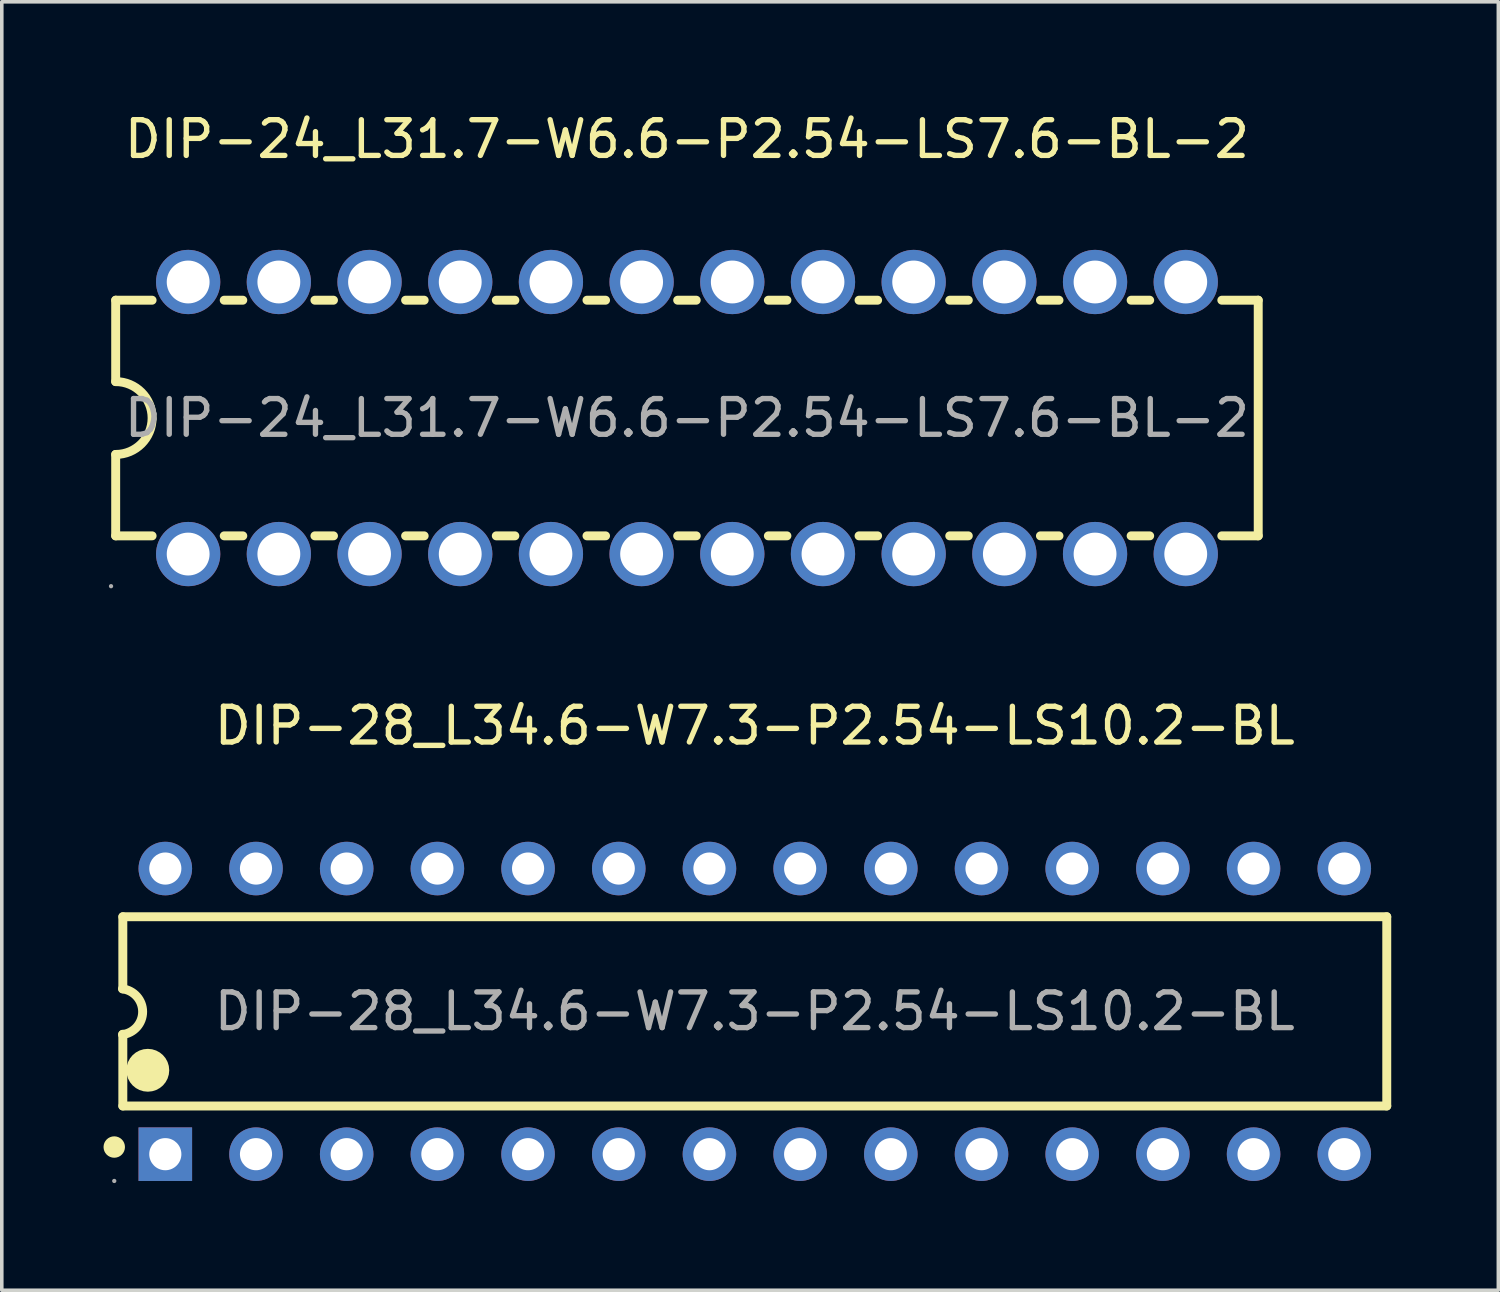
<source format=kicad_pcb>
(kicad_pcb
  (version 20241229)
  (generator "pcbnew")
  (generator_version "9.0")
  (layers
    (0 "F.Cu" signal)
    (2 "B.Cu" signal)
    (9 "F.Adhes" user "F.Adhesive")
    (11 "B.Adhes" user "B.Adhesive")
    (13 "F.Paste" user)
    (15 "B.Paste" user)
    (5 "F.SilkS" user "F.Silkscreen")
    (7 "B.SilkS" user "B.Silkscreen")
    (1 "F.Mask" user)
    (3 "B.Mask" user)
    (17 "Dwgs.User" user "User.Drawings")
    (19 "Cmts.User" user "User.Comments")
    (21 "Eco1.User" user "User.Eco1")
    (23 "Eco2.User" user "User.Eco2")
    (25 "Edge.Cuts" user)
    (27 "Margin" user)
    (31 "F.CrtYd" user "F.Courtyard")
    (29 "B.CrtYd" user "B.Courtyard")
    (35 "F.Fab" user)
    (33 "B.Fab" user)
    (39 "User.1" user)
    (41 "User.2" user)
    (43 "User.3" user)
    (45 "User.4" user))
  (footprint "DIP-28_L34.6-W7.3-P2.54-LS10.2-BL"
    (layer "F.Cu")
    (at 18.09 25.276)
    (property "Reference" "DIP-28_L34.6-W7.3-P2.54-LS10.2-BL" (at 0 -8 0) (layer "F.SilkS") (effects (font (size 1 1) (thickness 0.15))))
    (attr through_hole)
    (fp_line (start -17.7 -2.65) (end 17.7 -2.65) (stroke (width 0.25) (type solid)) (layer "F.SilkS"))
    (fp_line (start -17.7 -0.63) (end -17.7 -2.65) (stroke (width 0.25) (type solid)) (layer "F.SilkS"))
    (fp_line (start -17.7 2.65) (end -17.7 0.64) (stroke (width 0.25) (type solid)) (layer "F.SilkS"))
    (fp_line (start 17.7 -2.65) (end 17.7 2.65) (stroke (width 0.25) (type solid)) (layer "F.SilkS"))
    (fp_line (start 17.7 2.65) (end -17.7 2.65) (stroke (width 0.25) (type solid)) (layer "F.SilkS"))
    (fp_arc (start -17.94 3.8) (mid -17.94 3.8) (end -17.94 3.8) (stroke (width 0.3) (type solid)) (layer "F.SilkS"))
    (fp_arc (start -17.71 -0.63) (mid -17.14502 0.00955) (end -17.709107 0.649888) (stroke (width 0.25) (type solid)) (layer "F.SilkS"))
    (fp_arc (start -17 1.65) (mid -17 1.65) (end -17 1.65) (stroke (width 0.6) (type solid)) (layer "F.SilkS"))
    (fp_circle (center -17.94 4.75) (end -17.91 4.75) (stroke (width 0.06) (type solid)) (fill no) (layer "F.Fab"))
    (fp_circle (center -16.51 -4) (end -16.33 -4) (stroke (width 0.35) (type solid)) (fill no) (layer "F.Fab"))
    (fp_circle (center -16.51 4) (end -16.33 4) (stroke (width 0.35) (type solid)) (fill no) (layer "F.Fab"))
    (fp_circle (center -13.97 -4) (end -13.79 -4) (stroke (width 0.35) (type solid)) (fill no) (layer "F.Fab"))
    (fp_circle (center -13.97 4) (end -13.79 4) (stroke (width 0.35) (type solid)) (fill no) (layer "F.Fab"))
    (fp_circle (center -11.43 -4) (end -11.25 -4) (stroke (width 0.35) (type solid)) (fill no) (layer "F.Fab"))
    (fp_circle (center -11.43 4) (end -11.25 4) (stroke (width 0.35) (type solid)) (fill no) (layer "F.Fab"))
    (fp_circle (center -8.89 -4) (end -8.71 -4) (stroke (width 0.35) (type solid)) (fill no) (layer "F.Fab"))
    (fp_circle (center -8.89 4) (end -8.71 4) (stroke (width 0.35) (type solid)) (fill no) (layer "F.Fab"))
    (fp_circle (center -6.35 -4) (end -6.17 -4) (stroke (width 0.35) (type solid)) (fill no) (layer "F.Fab"))
    (fp_circle (center -6.35 4) (end -6.17 4) (stroke (width 0.35) (type solid)) (fill no) (layer "F.Fab"))
    (fp_circle (center -3.81 -4) (end -3.63 -4) (stroke (width 0.35) (type solid)) (fill no) (layer "F.Fab"))
    (fp_circle (center -3.81 4) (end -3.63 4) (stroke (width 0.35) (type solid)) (fill no) (layer "F.Fab"))
    (fp_circle (center -1.27 -4) (end -1.09 -4) (stroke (width 0.35) (type solid)) (fill no) (layer "F.Fab"))
    (fp_circle (center -1.27 4) (end -1.09 4) (stroke (width 0.35) (type solid)) (fill no) (layer "F.Fab"))
    (fp_circle (center 1.27 -4) (end 1.45 -4) (stroke (width 0.35) (type solid)) (fill no) (layer "F.Fab"))
    (fp_circle (center 1.27 4) (end 1.45 4) (stroke (width 0.35) (type solid)) (fill no) (layer "F.Fab"))
    (fp_circle (center 3.81 -4) (end 3.99 -4) (stroke (width 0.35) (type solid)) (fill no) (layer "F.Fab"))
    (fp_circle (center 3.81 4) (end 3.99 4) (stroke (width 0.35) (type solid)) (fill no) (layer "F.Fab"))
    (fp_circle (center 6.35 -4) (end 6.53 -4) (stroke (width 0.35) (type solid)) (fill no) (layer "F.Fab"))
    (fp_circle (center 6.35 4) (end 6.53 4) (stroke (width 0.35) (type solid)) (fill no) (layer "F.Fab"))
    (fp_circle (center 8.89 -4) (end 9.07 -4) (stroke (width 0.35) (type solid)) (fill no) (layer "F.Fab"))
    (fp_circle (center 8.89 4) (end 9.07 4) (stroke (width 0.35) (type solid)) (fill no) (layer "F.Fab"))
    (fp_circle (center 11.43 -4) (end 11.61 -4) (stroke (width 0.35) (type solid)) (fill no) (layer "F.Fab"))
    (fp_circle (center 11.43 4) (end 11.61 4) (stroke (width 0.35) (type solid)) (fill no) (layer "F.Fab"))
    (fp_circle (center 13.97 -4) (end 14.15 -4) (stroke (width 0.35) (type solid)) (fill no) (layer "F.Fab"))
    (fp_circle (center 13.97 4) (end 14.15 4) (stroke (width 0.35) (type solid)) (fill no) (layer "F.Fab"))
    (fp_circle (center 16.51 -4) (end 16.69 -4) (stroke (width 0.35) (type solid)) (fill no) (layer "F.Fab"))
    (fp_circle (center 16.51 4) (end 16.69 4) (stroke (width 0.35) (type solid)) (fill no) (layer "F.Fab"))
    (fp_text user "${REFERENCE}" (at 0 0 0) (layer "F.Fab") (effects (font (size 1 1) (thickness 0.15))))
    (pad "1" thru_hole rect (at -16.51 4 90) (size 1.5 1.5) (drill 0.9) (layers "*.Cu" "*.Paste" "*.Mask"))
    (pad "2" thru_hole circle (at -13.97 4 90) (size 1.5 1.5) (drill 0.9) (layers "*.Cu" "*.Paste" "*.Mask"))
    (pad "3" thru_hole circle (at -11.43 4 90) (size 1.5 1.5) (drill 0.9) (layers "*.Cu" "*.Paste" "*.Mask"))
    (pad "4" thru_hole circle (at -8.89 4 90) (size 1.5 1.5) (drill 0.9) (layers "*.Cu" "*.Paste" "*.Mask"))
    (pad "5" thru_hole circle (at -6.35 4 90) (size 1.5 1.5) (drill 0.9) (layers "*.Cu" "*.Paste" "*.Mask"))
    (pad "6" thru_hole circle (at -3.81 4 90) (size 1.5 1.5) (drill 0.9) (layers "*.Cu" "*.Paste" "*.Mask"))
    (pad "7" thru_hole circle (at -1.27 4 90) (size 1.5 1.5) (drill 0.9) (layers "*.Cu" "*.Paste" "*.Mask"))
    (pad "8" thru_hole circle (at 1.27 4 90) (size 1.5 1.5) (drill 0.9) (layers "*.Cu" "*.Paste" "*.Mask"))
    (pad "9" thru_hole circle (at 3.81 4 90) (size 1.5 1.5) (drill 0.9) (layers "*.Cu" "*.Paste" "*.Mask"))
    (pad "10" thru_hole circle (at 6.35 4 90) (size 1.5 1.5) (drill 0.9) (layers "*.Cu" "*.Paste" "*.Mask"))
    (pad "11" thru_hole circle (at 8.89 4 90) (size 1.5 1.5) (drill 0.9) (layers "*.Cu" "*.Paste" "*.Mask"))
    (pad "12" thru_hole circle (at 11.43 4 90) (size 1.5 1.5) (drill 0.9) (layers "*.Cu" "*.Paste" "*.Mask"))
    (pad "13" thru_hole circle (at 13.97 4 90) (size 1.5 1.5) (drill 0.9) (layers "*.Cu" "*.Paste" "*.Mask"))
    (pad "14" thru_hole circle (at 16.51 4 90) (size 1.5 1.5) (drill 0.9) (layers "*.Cu" "*.Paste" "*.Mask"))
    (pad "15" thru_hole circle (at 16.51 -4 90) (size 1.5 1.5) (drill 0.9) (layers "*.Cu" "*.Paste" "*.Mask"))
    (pad "16" thru_hole circle (at 13.97 -4 90) (size 1.5 1.5) (drill 0.9) (layers "*.Cu" "*.Paste" "*.Mask"))
    (pad "17" thru_hole circle (at 11.43 -4 90) (size 1.5 1.5) (drill 0.9) (layers "*.Cu" "*.Paste" "*.Mask"))
    (pad "18" thru_hole circle (at 8.89 -4 90) (size 1.5 1.5) (drill 0.9) (layers "*.Cu" "*.Paste" "*.Mask"))
    (pad "19" thru_hole circle (at 6.35 -4 90) (size 1.5 1.5) (drill 0.9) (layers "*.Cu" "*.Paste" "*.Mask"))
    (pad "20" thru_hole circle (at 3.81 -4 90) (size 1.5 1.5) (drill 0.9) (layers "*.Cu" "*.Paste" "*.Mask"))
    (pad "21" thru_hole circle (at 1.27 -4 90) (size 1.5 1.5) (drill 0.9) (layers "*.Cu" "*.Paste" "*.Mask"))
    (pad "22" thru_hole circle (at -1.27 -4 90) (size 1.5 1.5) (drill 0.9) (layers "*.Cu" "*.Paste" "*.Mask"))
    (pad "23" thru_hole circle (at -3.81 -4 90) (size 1.5 1.5) (drill 0.9) (layers "*.Cu" "*.Paste" "*.Mask"))
    (pad "24" thru_hole circle (at -6.35 -4 90) (size 1.5 1.5) (drill 0.9) (layers "*.Cu" "*.Paste" "*.Mask"))
    (pad "25" thru_hole circle (at -8.89 -4 90) (size 1.5 1.5) (drill 0.9) (layers "*.Cu" "*.Paste" "*.Mask"))
    (pad "26" thru_hole circle (at -11.43 -4 90) (size 1.5 1.5) (drill 0.9) (layers "*.Cu" "*.Paste" "*.Mask"))
    (pad "27" thru_hole circle (at -13.97 -4 90) (size 1.5 1.5) (drill 0.9) (layers "*.Cu" "*.Paste" "*.Mask"))
    (pad "28" thru_hole circle (at -16.51 -4 90) (size 1.5 1.5) (drill 0.9) (layers "*.Cu" "*.Paste" "*.Mask")))
  (footprint "DIP-24_L31.7-W6.6-P2.54-LS7.6-BL-2"
    (layer "F.Cu")
    (at 16.19 8.658)
    (property "Reference" "DIP-24_L31.7-W6.6-P2.54-LS7.6-BL-2" (at 0 -7.81 0) (layer "F.SilkS") (effects (font (size 1 1) (thickness 0.15))))
    (attr through_hole)
    (fp_line (start -16 -3.3) (end -16 -1.02) (stroke (width 0.25) (type solid)) (layer "F.SilkS"))
    (fp_line (start -16 -3.3) (end -14.98 -3.3) (stroke (width 0.25) (type solid)) (layer "F.SilkS"))
    (fp_line (start -16 3.3) (end -16 1.02) (stroke (width 0.25) (type solid)) (layer "F.SilkS"))
    (fp_line (start -14.98 3.3) (end -16 3.3) (stroke (width 0.25) (type solid)) (layer "F.SilkS"))
    (fp_line (start -12.96 -3.3) (end -12.44 -3.3) (stroke (width 0.25) (type solid)) (layer "F.SilkS"))
    (fp_line (start -12.44 3.3) (end -12.96 3.3) (stroke (width 0.25) (type solid)) (layer "F.SilkS"))
    (fp_line (start -10.42 -3.3) (end -9.9 -3.3) (stroke (width 0.25) (type solid)) (layer "F.SilkS"))
    (fp_line (start -9.9 3.3) (end -10.42 3.3) (stroke (width 0.25) (type solid)) (layer "F.SilkS"))
    (fp_line (start -7.88 -3.3) (end -7.36 -3.3) (stroke (width 0.25) (type solid)) (layer "F.SilkS"))
    (fp_line (start -7.36 3.3) (end -7.88 3.3) (stroke (width 0.25) (type solid)) (layer "F.SilkS"))
    (fp_line (start -5.34 -3.3) (end -4.82 -3.3) (stroke (width 0.25) (type solid)) (layer "F.SilkS"))
    (fp_line (start -4.82 3.3) (end -5.34 3.3) (stroke (width 0.25) (type solid)) (layer "F.SilkS"))
    (fp_line (start -2.8 -3.3) (end -2.28 -3.3) (stroke (width 0.25) (type solid)) (layer "F.SilkS"))
    (fp_line (start -2.28 3.3) (end -2.8 3.3) (stroke (width 0.25) (type solid)) (layer "F.SilkS"))
    (fp_line (start -0.26 -3.3) (end 0.26 -3.3) (stroke (width 0.25) (type solid)) (layer "F.SilkS"))
    (fp_line (start 0.26 3.3) (end -0.26 3.3) (stroke (width 0.25) (type solid)) (layer "F.SilkS"))
    (fp_line (start 2.28 -3.3) (end 2.8 -3.3) (stroke (width 0.25) (type solid)) (layer "F.SilkS"))
    (fp_line (start 2.8 3.3) (end 2.28 3.3) (stroke (width 0.25) (type solid)) (layer "F.SilkS"))
    (fp_line (start 4.82 -3.3) (end 5.34 -3.3) (stroke (width 0.25) (type solid)) (layer "F.SilkS"))
    (fp_line (start 5.34 3.3) (end 4.82 3.3) (stroke (width 0.25) (type solid)) (layer "F.SilkS"))
    (fp_line (start 7.36 -3.3) (end 7.88 -3.3) (stroke (width 0.25) (type solid)) (layer "F.SilkS"))
    (fp_line (start 7.88 3.3) (end 7.36 3.3) (stroke (width 0.25) (type solid)) (layer "F.SilkS"))
    (fp_line (start 9.9 -3.3) (end 10.42 -3.3) (stroke (width 0.25) (type solid)) (layer "F.SilkS"))
    (fp_line (start 10.42 3.3) (end 9.9 3.3) (stroke (width 0.25) (type solid)) (layer "F.SilkS"))
    (fp_line (start 12.44 -3.3) (end 12.96 -3.3) (stroke (width 0.25) (type solid)) (layer "F.SilkS"))
    (fp_line (start 12.96 3.3) (end 12.44 3.3) (stroke (width 0.25) (type solid)) (layer "F.SilkS"))
    (fp_line (start 14.98 -3.3) (end 16 -3.3) (stroke (width 0.25) (type solid)) (layer "F.SilkS"))
    (fp_line (start 16 -3.3) (end 16 3.3) (stroke (width 0.25) (type solid)) (layer "F.SilkS"))
    (fp_line (start 16 3.3) (end 14.98 3.3) (stroke (width 0.25) (type solid)) (layer "F.SilkS"))
    (fp_arc (start -16 -1.02) (mid -14.98 0) (end -16 1.02) (stroke (width 0.25) (type solid)) (layer "F.SilkS"))
    (fp_circle (center -16.13 4.71) (end -16.1 4.71) (stroke (width 0.06) (type solid)) (fill no) (layer "F.Fab"))
    (fp_circle (center -13.97 -3.81) (end -13.72 -3.81) (stroke (width 0.5) (type solid)) (fill no) (layer "F.Fab"))
    (fp_circle (center -13.97 3.81) (end -13.72 3.81) (stroke (width 0.5) (type solid)) (fill no) (layer "F.Fab"))
    (fp_circle (center -11.43 -3.81) (end -11.18 -3.81) (stroke (width 0.5) (type solid)) (fill no) (layer "F.Fab"))
    (fp_circle (center -11.43 3.81) (end -11.18 3.81) (stroke (width 0.5) (type solid)) (fill no) (layer "F.Fab"))
    (fp_circle (center -8.89 -3.81) (end -8.64 -3.81) (stroke (width 0.5) (type solid)) (fill no) (layer "F.Fab"))
    (fp_circle (center -8.89 3.81) (end -8.64 3.81) (stroke (width 0.5) (type solid)) (fill no) (layer "F.Fab"))
    (fp_circle (center -6.35 -3.81) (end -6.1 -3.81) (stroke (width 0.5) (type solid)) (fill no) (layer "F.Fab"))
    (fp_circle (center -6.35 3.81) (end -6.1 3.81) (stroke (width 0.5) (type solid)) (fill no) (layer "F.Fab"))
    (fp_circle (center -3.81 -3.81) (end -3.56 -3.81) (stroke (width 0.5) (type solid)) (fill no) (layer "F.Fab"))
    (fp_circle (center -3.81 3.81) (end -3.56 3.81) (stroke (width 0.5) (type solid)) (fill no) (layer "F.Fab"))
    (fp_circle (center -1.27 -3.81) (end -1.02 -3.81) (stroke (width 0.5) (type solid)) (fill no) (layer "F.Fab"))
    (fp_circle (center -1.27 3.81) (end -1.02 3.81) (stroke (width 0.5) (type solid)) (fill no) (layer "F.Fab"))
    (fp_circle (center 1.27 -3.81) (end 1.52 -3.81) (stroke (width 0.5) (type solid)) (fill no) (layer "F.Fab"))
    (fp_circle (center 1.27 3.81) (end 1.52 3.81) (stroke (width 0.5) (type solid)) (fill no) (layer "F.Fab"))
    (fp_circle (center 3.81 -3.81) (end 4.06 -3.81) (stroke (width 0.5) (type solid)) (fill no) (layer "F.Fab"))
    (fp_circle (center 3.81 3.81) (end 4.06 3.81) (stroke (width 0.5) (type solid)) (fill no) (layer "F.Fab"))
    (fp_circle (center 6.35 -3.81) (end 6.6 -3.81) (stroke (width 0.5) (type solid)) (fill no) (layer "F.Fab"))
    (fp_circle (center 6.35 3.81) (end 6.6 3.81) (stroke (width 0.5) (type solid)) (fill no) (layer "F.Fab"))
    (fp_circle (center 8.89 -3.81) (end 9.14 -3.81) (stroke (width 0.5) (type solid)) (fill no) (layer "F.Fab"))
    (fp_circle (center 8.89 3.81) (end 9.14 3.81) (stroke (width 0.5) (type solid)) (fill no) (layer "F.Fab"))
    (fp_circle (center 11.43 -3.81) (end 11.68 -3.81) (stroke (width 0.5) (type solid)) (fill no) (layer "F.Fab"))
    (fp_circle (center 11.43 3.81) (end 11.68 3.81) (stroke (width 0.5) (type solid)) (fill no) (layer "F.Fab"))
    (fp_circle (center 13.97 -3.81) (end 14.22 -3.81) (stroke (width 0.5) (type solid)) (fill no) (layer "F.Fab"))
    (fp_circle (center 13.97 3.81) (end 14.22 3.81) (stroke (width 0.5) (type solid)) (fill no) (layer "F.Fab"))
    (fp_text user "${REFERENCE}" (at 0 0 0) (layer "F.Fab") (effects (font (size 1 1) (thickness 0.15))))
    (pad "1" thru_hole circle (at -13.97 3.81 90) (size 1.8 1.8) (drill 1.2) (layers "*.Cu" "*.Paste" "*.Mask"))
    (pad "2" thru_hole circle (at -11.43 3.81 90) (size 1.8 1.8) (drill 1.2) (layers "*.Cu" "*.Paste" "*.Mask"))
    (pad "3" thru_hole circle (at -8.89 3.81 90) (size 1.8 1.8) (drill 1.2) (layers "*.Cu" "*.Paste" "*.Mask"))
    (pad "4" thru_hole circle (at -6.35 3.81 90) (size 1.8 1.8) (drill 1.2) (layers "*.Cu" "*.Paste" "*.Mask"))
    (pad "5" thru_hole circle (at -3.81 3.81 90) (size 1.8 1.8) (drill 1.2) (layers "*.Cu" "*.Paste" "*.Mask"))
    (pad "6" thru_hole circle (at -1.27 3.81 90) (size 1.8 1.8) (drill 1.2) (layers "*.Cu" "*.Paste" "*.Mask"))
    (pad "7" thru_hole circle (at 1.27 3.81 90) (size 1.8 1.8) (drill 1.2) (layers "*.Cu" "*.Paste" "*.Mask"))
    (pad "8" thru_hole circle (at 3.81 3.81 90) (size 1.8 1.8) (drill 1.2) (layers "*.Cu" "*.Paste" "*.Mask"))
    (pad "9" thru_hole circle (at 6.35 3.81 90) (size 1.8 1.8) (drill 1.2) (layers "*.Cu" "*.Paste" "*.Mask"))
    (pad "10" thru_hole circle (at 8.89 3.81 90) (size 1.8 1.8) (drill 1.2) (layers "*.Cu" "*.Paste" "*.Mask"))
    (pad "11" thru_hole circle (at 11.43 3.81 90) (size 1.8 1.8) (drill 1.2) (layers "*.Cu" "*.Paste" "*.Mask"))
    (pad "12" thru_hole circle (at 13.97 3.81 90) (size 1.8 1.8) (drill 1.2) (layers "*.Cu" "*.Paste" "*.Mask"))
    (pad "13" thru_hole circle (at 13.97 -3.81 90) (size 1.8 1.8) (drill 1.2) (layers "*.Cu" "*.Paste" "*.Mask"))
    (pad "14" thru_hole circle (at 11.43 -3.81 90) (size 1.8 1.8) (drill 1.2) (layers "*.Cu" "*.Paste" "*.Mask"))
    (pad "15" thru_hole circle (at 8.89 -3.81 90) (size 1.8 1.8) (drill 1.2) (layers "*.Cu" "*.Paste" "*.Mask"))
    (pad "16" thru_hole circle (at 6.35 -3.81 90) (size 1.8 1.8) (drill 1.2) (layers "*.Cu" "*.Paste" "*.Mask"))
    (pad "17" thru_hole circle (at 3.81 -3.81 90) (size 1.8 1.8) (drill 1.2) (layers "*.Cu" "*.Paste" "*.Mask"))
    (pad "18" thru_hole circle (at 1.27 -3.81 90) (size 1.8 1.8) (drill 1.2) (layers "*.Cu" "*.Paste" "*.Mask"))
    (pad "19" thru_hole circle (at -1.27 -3.81 90) (size 1.8 1.8) (drill 1.2) (layers "*.Cu" "*.Paste" "*.Mask"))
    (pad "20" thru_hole circle (at -3.81 -3.81 90) (size 1.8 1.8) (drill 1.2) (layers "*.Cu" "*.Paste" "*.Mask"))
    (pad "21" thru_hole circle (at -6.35 -3.81 90) (size 1.8 1.8) (drill 1.2) (layers "*.Cu" "*.Paste" "*.Mask"))
    (pad "22" thru_hole circle (at -8.89 -3.81 90) (size 1.8 1.8) (drill 1.2) (layers "*.Cu" "*.Paste" "*.Mask"))
    (pad "23" thru_hole circle (at -11.43 -3.81 90) (size 1.8 1.8) (drill 1.2) (layers "*.Cu" "*.Paste" "*.Mask"))
    (pad "24" thru_hole circle (at -13.97 -3.81 90) (size 1.8 1.8) (drill 1.2) (layers "*.Cu" "*.Paste" "*.Mask")))
  (gr_rect
    (start -3 -3)
    (end 38.915 33.087)
    (stroke (width 0.1) (type default))
    (fill no)
    (layer "Edge.Cuts")))
</source>
